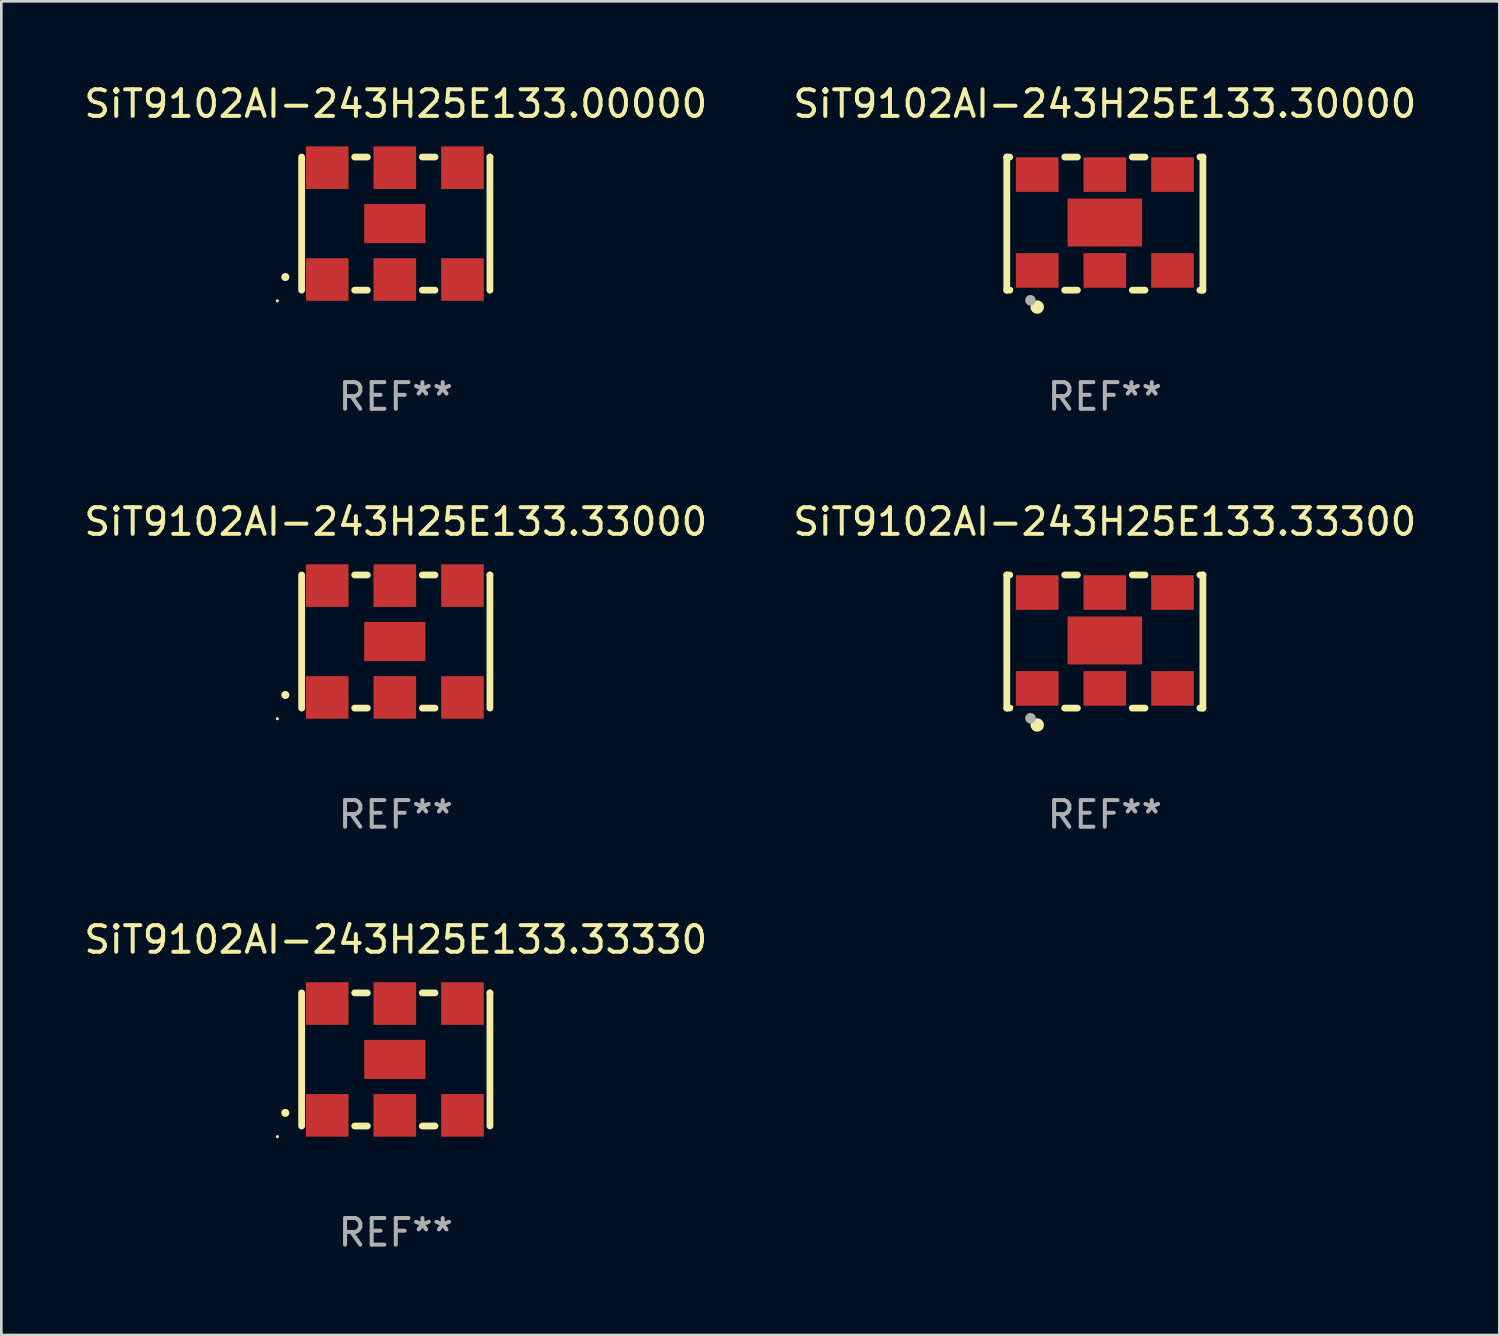
<source format=kicad_pcb>
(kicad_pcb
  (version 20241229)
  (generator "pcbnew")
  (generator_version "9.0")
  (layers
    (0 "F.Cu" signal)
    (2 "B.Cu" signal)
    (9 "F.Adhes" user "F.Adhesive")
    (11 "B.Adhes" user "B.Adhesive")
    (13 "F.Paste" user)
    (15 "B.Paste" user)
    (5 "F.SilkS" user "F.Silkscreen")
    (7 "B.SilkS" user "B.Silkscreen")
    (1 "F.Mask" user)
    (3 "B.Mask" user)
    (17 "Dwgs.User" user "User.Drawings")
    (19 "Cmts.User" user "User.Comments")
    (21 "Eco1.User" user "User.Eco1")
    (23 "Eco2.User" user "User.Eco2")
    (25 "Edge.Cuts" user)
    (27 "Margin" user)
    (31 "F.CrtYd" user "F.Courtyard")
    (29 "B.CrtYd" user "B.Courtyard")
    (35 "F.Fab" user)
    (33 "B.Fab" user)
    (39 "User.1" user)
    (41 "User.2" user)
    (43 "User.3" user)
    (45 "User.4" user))
  (footprint "SiT9102AI-243H25E133.33300"
    (layer "F.Cu")
    (at 38.446 21.045)
    (property "Reference" "SiT9102AI-243H25E133.33300" (at 0 -4.5 0) (layer "F.SilkS") (effects (font (size 1 1) (thickness 0.15))))
    (attr through_hole)
    (fp_line (start -3.683 -2.5) (end -3.571 -2.5) (stroke (width 0.254) (type solid)) (layer "F.SilkS"))
    (fp_line (start -3.683 2.5) (end -3.683 -2.5) (stroke (width 0.254) (type solid)) (layer "F.SilkS"))
    (fp_line (start -3.683 2.5) (end -3.571 2.5) (stroke (width 0.254) (type solid)) (layer "F.SilkS"))
    (fp_line (start -1.509 -2.5) (end -1.031 -2.5) (stroke (width 0.254) (type solid)) (layer "F.SilkS"))
    (fp_line (start -1.509 2.5) (end -1.031 2.5) (stroke (width 0.254) (type solid)) (layer "F.SilkS"))
    (fp_line (start 1.031 -2.5) (end 1.509 -2.5) (stroke (width 0.254) (type solid)) (layer "F.SilkS"))
    (fp_line (start 1.031 2.5) (end 1.509 2.5) (stroke (width 0.254) (type solid)) (layer "F.SilkS"))
    (fp_line (start 3.571 -2.5) (end 3.683 -2.5) (stroke (width 0.254) (type solid)) (layer "F.SilkS"))
    (fp_line (start 3.571 2.5) (end 3.683 2.5) (stroke (width 0.254) (type solid)) (layer "F.SilkS"))
    (fp_line (start 3.683 2.5) (end 3.683 -2.5) (stroke (width 0.254) (type solid)) (layer "F.SilkS"))
    (fp_circle (center -3.5 2.46) (end -3.47 2.46) (stroke (width 0.06) (type solid)) (fill no) (layer "F.SilkS"))
    (fp_circle (center -2.54 3.135) (end -2.413 3.135) (stroke (width 0.254) (type solid)) (fill no) (layer "F.SilkS"))
    (fp_circle (center -2.794 2.881) (end -2.694 2.881) (stroke (width 0.2) (type solid)) (fill no) (layer "F.Fab"))
    (fp_text user "REF**" (at 0 6.5 0) (layer "F.Fab") (effects (font (size 1 1) (thickness 0.15))))
    (pad "1" smd rect (at -2.54 1.76) (size 1.6 1.3) (layers "F.Cu" "F.Mask" "F.Paste"))
    (pad "2" smd rect (at 0 1.76) (size 1.6 1.3) (layers "F.Cu" "F.Mask" "F.Paste"))
    (pad "3" smd rect (at 2.54 1.76) (size 1.6 1.3) (layers "F.Cu" "F.Mask" "F.Paste"))
    (pad "4" smd rect (at 2.54 -1.84) (size 1.6 1.3) (layers "F.Cu" "F.Mask" "F.Paste"))
    (pad "5" smd rect (at 0 -1.84) (size 1.6 1.3) (layers "F.Cu" "F.Mask" "F.Paste"))
    (pad "6" smd rect (at -2.54 -1.84) (size 1.6 1.3) (layers "F.Cu" "F.Mask" "F.Paste"))
    (pad "7" smd rect (at 0 -0.04) (size 2.8 1.8) (layers "F.Cu" "F.Mask" "F.Paste")))
  (footprint "SiT9102AI-243H25E133.30000"
    (layer "F.Cu")
    (at 38.446 5.348)
    (property "Reference" "SiT9102AI-243H25E133.30000" (at 0 -4.5 0) (layer "F.SilkS") (effects (font (size 1 1) (thickness 0.15))))
    (attr through_hole)
    (fp_line (start -3.683 -2.5) (end -3.571 -2.5) (stroke (width 0.254) (type solid)) (layer "F.SilkS"))
    (fp_line (start -3.683 2.5) (end -3.683 -2.5) (stroke (width 0.254) (type solid)) (layer "F.SilkS"))
    (fp_line (start -3.683 2.5) (end -3.571 2.5) (stroke (width 0.254) (type solid)) (layer "F.SilkS"))
    (fp_line (start -1.509 -2.5) (end -1.031 -2.5) (stroke (width 0.254) (type solid)) (layer "F.SilkS"))
    (fp_line (start -1.509 2.5) (end -1.031 2.5) (stroke (width 0.254) (type solid)) (layer "F.SilkS"))
    (fp_line (start 1.031 -2.5) (end 1.509 -2.5) (stroke (width 0.254) (type solid)) (layer "F.SilkS"))
    (fp_line (start 1.031 2.5) (end 1.509 2.5) (stroke (width 0.254) (type solid)) (layer "F.SilkS"))
    (fp_line (start 3.571 -2.5) (end 3.683 -2.5) (stroke (width 0.254) (type solid)) (layer "F.SilkS"))
    (fp_line (start 3.571 2.5) (end 3.683 2.5) (stroke (width 0.254) (type solid)) (layer "F.SilkS"))
    (fp_line (start 3.683 2.5) (end 3.683 -2.5) (stroke (width 0.254) (type solid)) (layer "F.SilkS"))
    (fp_circle (center -3.5 2.46) (end -3.47 2.46) (stroke (width 0.06) (type solid)) (fill no) (layer "F.SilkS"))
    (fp_circle (center -2.54 3.135) (end -2.413 3.135) (stroke (width 0.254) (type solid)) (fill no) (layer "F.SilkS"))
    (fp_circle (center -2.794 2.881) (end -2.694 2.881) (stroke (width 0.2) (type solid)) (fill no) (layer "F.Fab"))
    (fp_text user "REF**" (at 0 6.5 0) (layer "F.Fab") (effects (font (size 1 1) (thickness 0.15))))
    (pad "1" smd rect (at -2.54 1.76) (size 1.6 1.3) (layers "F.Cu" "F.Mask" "F.Paste"))
    (pad "2" smd rect (at 0 1.76) (size 1.6 1.3) (layers "F.Cu" "F.Mask" "F.Paste"))
    (pad "3" smd rect (at 2.54 1.76) (size 1.6 1.3) (layers "F.Cu" "F.Mask" "F.Paste"))
    (pad "4" smd rect (at 2.54 -1.84) (size 1.6 1.3) (layers "F.Cu" "F.Mask" "F.Paste"))
    (pad "5" smd rect (at 0 -1.84) (size 1.6 1.3) (layers "F.Cu" "F.Mask" "F.Paste"))
    (pad "6" smd rect (at -2.54 -1.84) (size 1.6 1.3) (layers "F.Cu" "F.Mask" "F.Paste"))
    (pad "7" smd rect (at 0 -0.04) (size 2.8 1.8) (layers "F.Cu" "F.Mask" "F.Paste")))
  (footprint "SiT9102AI-243H25E133.33330"
    (layer "F.Cu")
    (at 11.815 36.741)
    (property "Reference" "SiT9102AI-243H25E133.33330" (at 0 -4.5 0) (layer "F.SilkS") (effects (font (size 1 1) (thickness 0.15))))
    (attr through_hole)
    (fp_line (start -3.536 -2.5) (end -3.536 2.5) (stroke (width 0.254) (type solid)) (layer "F.SilkS"))
    (fp_line (start -1.544 2.5) (end -1.067 2.5) (stroke (width 0.254) (type solid)) (layer "F.SilkS"))
    (fp_line (start -1.067 -2.5) (end -1.544 -2.5) (stroke (width 0.254) (type solid)) (layer "F.SilkS"))
    (fp_line (start 0.996 2.5) (end 1.473 2.5) (stroke (width 0.254) (type solid)) (layer "F.SilkS"))
    (fp_line (start 1.473 -2.5) (end 0.996 -2.5) (stroke (width 0.254) (type solid)) (layer "F.SilkS"))
    (fp_line (start 3.536 -2.5) (end 3.536 -2.5) (stroke (width 0.254) (type solid)) (layer "F.SilkS"))
    (fp_line (start 3.536 2.5) (end 3.536 -2.5) (stroke (width 0.254) (type solid)) (layer "F.SilkS"))
    (fp_arc (start -4.150432 2.006604) (mid -4.149162 2.006599) (end -4.147892 2.006604) (stroke (width 0.3) (type solid)) (layer "F.SilkS"))
    (fp_circle (center -4.449 2.9) (end -4.419 2.9) (stroke (width 0.06) (type solid)) (fill no) (layer "F.SilkS"))
    (fp_text user "REF**" (at 0 6.5 0) (layer "F.Fab") (effects (font (size 1 1) (thickness 0.15))))
    (pad "1" smd rect (at -2.576 2.1) (size 1.6 1.6) (layers "F.Cu" "F.Mask" "F.Paste"))
    (pad "2" smd rect (at -0.036 2.1) (size 1.6 1.6) (layers "F.Cu" "F.Mask" "F.Paste"))
    (pad "3" smd rect (at 2.504 2.1) (size 1.6 1.6) (layers "F.Cu" "F.Mask" "F.Paste"))
    (pad "4" smd rect (at 2.504 -2.1) (size 1.6 1.6) (layers "F.Cu" "F.Mask" "F.Paste"))
    (pad "5" smd rect (at -0.036 -2.1) (size 1.6 1.6) (layers "F.Cu" "F.Mask" "F.Paste"))
    (pad "6" smd rect (at -2.576 -2.1) (size 1.6 1.6) (layers "F.Cu" "F.Mask" "F.Paste"))
    (pad "7" smd rect (at -0.036 0) (size 2.3 1.47) (layers "F.Cu" "F.Mask" "F.Paste")))
  (footprint "SiT9102AI-243H25E133.00000"
    (layer "F.Cu")
    (at 11.815 5.348)
    (property "Reference" "SiT9102AI-243H25E133.00000" (at 0 -4.5 0) (layer "F.SilkS") (effects (font (size 1 1) (thickness 0.15))))
    (attr through_hole)
    (fp_line (start -3.536 -2.5) (end -3.536 2.5) (stroke (width 0.254) (type solid)) (layer "F.SilkS"))
    (fp_line (start -1.544 2.5) (end -1.067 2.5) (stroke (width 0.254) (type solid)) (layer "F.SilkS"))
    (fp_line (start -1.067 -2.5) (end -1.544 -2.5) (stroke (width 0.254) (type solid)) (layer "F.SilkS"))
    (fp_line (start 0.996 2.5) (end 1.473 2.5) (stroke (width 0.254) (type solid)) (layer "F.SilkS"))
    (fp_line (start 1.473 -2.5) (end 0.996 -2.5) (stroke (width 0.254) (type solid)) (layer "F.SilkS"))
    (fp_line (start 3.536 -2.5) (end 3.536 -2.5) (stroke (width 0.254) (type solid)) (layer "F.SilkS"))
    (fp_line (start 3.536 2.5) (end 3.536 -2.5) (stroke (width 0.254) (type solid)) (layer "F.SilkS"))
    (fp_arc (start -4.150432 2.006604) (mid -4.149162 2.006599) (end -4.147892 2.006604) (stroke (width 0.3) (type solid)) (layer "F.SilkS"))
    (fp_circle (center -4.449 2.9) (end -4.419 2.9) (stroke (width 0.06) (type solid)) (fill no) (layer "F.SilkS"))
    (fp_text user "REF**" (at 0 6.5 0) (layer "F.Fab") (effects (font (size 1 1) (thickness 0.15))))
    (pad "1" smd rect (at -2.576 2.1) (size 1.6 1.6) (layers "F.Cu" "F.Mask" "F.Paste"))
    (pad "2" smd rect (at -0.036 2.1) (size 1.6 1.6) (layers "F.Cu" "F.Mask" "F.Paste"))
    (pad "3" smd rect (at 2.504 2.1) (size 1.6 1.6) (layers "F.Cu" "F.Mask" "F.Paste"))
    (pad "4" smd rect (at 2.504 -2.1) (size 1.6 1.6) (layers "F.Cu" "F.Mask" "F.Paste"))
    (pad "5" smd rect (at -0.036 -2.1) (size 1.6 1.6) (layers "F.Cu" "F.Mask" "F.Paste"))
    (pad "6" smd rect (at -2.576 -2.1) (size 1.6 1.6) (layers "F.Cu" "F.Mask" "F.Paste"))
    (pad "7" smd rect (at -0.036 0) (size 2.3 1.47) (layers "F.Cu" "F.Mask" "F.Paste")))
  (footprint "SiT9102AI-243H25E133.33000"
    (layer "F.Cu")
    (at 11.815 21.045)
    (property "Reference" "SiT9102AI-243H25E133.33000" (at 0 -4.5 0) (layer "F.SilkS") (effects (font (size 1 1) (thickness 0.15))))
    (attr through_hole)
    (fp_line (start -3.536 -2.5) (end -3.536 2.5) (stroke (width 0.254) (type solid)) (layer "F.SilkS"))
    (fp_line (start -1.544 2.5) (end -1.067 2.5) (stroke (width 0.254) (type solid)) (layer "F.SilkS"))
    (fp_line (start -1.067 -2.5) (end -1.544 -2.5) (stroke (width 0.254) (type solid)) (layer "F.SilkS"))
    (fp_line (start 0.996 2.5) (end 1.473 2.5) (stroke (width 0.254) (type solid)) (layer "F.SilkS"))
    (fp_line (start 1.473 -2.5) (end 0.996 -2.5) (stroke (width 0.254) (type solid)) (layer "F.SilkS"))
    (fp_line (start 3.536 -2.5) (end 3.536 -2.5) (stroke (width 0.254) (type solid)) (layer "F.SilkS"))
    (fp_line (start 3.536 2.5) (end 3.536 -2.5) (stroke (width 0.254) (type solid)) (layer "F.SilkS"))
    (fp_arc (start -4.150432 2.006604) (mid -4.149162 2.006599) (end -4.147892 2.006604) (stroke (width 0.3) (type solid)) (layer "F.SilkS"))
    (fp_circle (center -4.449 2.9) (end -4.419 2.9) (stroke (width 0.06) (type solid)) (fill no) (layer "F.SilkS"))
    (fp_text user "REF**" (at 0 6.5 0) (layer "F.Fab") (effects (font (size 1 1) (thickness 0.15))))
    (pad "1" smd rect (at -2.576 2.1) (size 1.6 1.6) (layers "F.Cu" "F.Mask" "F.Paste"))
    (pad "2" smd rect (at -0.036 2.1) (size 1.6 1.6) (layers "F.Cu" "F.Mask" "F.Paste"))
    (pad "3" smd rect (at 2.504 2.1) (size 1.6 1.6) (layers "F.Cu" "F.Mask" "F.Paste"))
    (pad "4" smd rect (at 2.504 -2.1) (size 1.6 1.6) (layers "F.Cu" "F.Mask" "F.Paste"))
    (pad "5" smd rect (at -0.036 -2.1) (size 1.6 1.6) (layers "F.Cu" "F.Mask" "F.Paste"))
    (pad "6" smd rect (at -2.576 -2.1) (size 1.6 1.6) (layers "F.Cu" "F.Mask" "F.Paste"))
    (pad "7" smd rect (at -0.036 0) (size 2.3 1.47) (layers "F.Cu" "F.Mask" "F.Paste")))
  (gr_rect
    (start -3 -3)
    (end 53.262 47.09)
    (stroke (width 0.1) (type default))
    (fill no)
    (layer "Edge.Cuts")))
</source>
